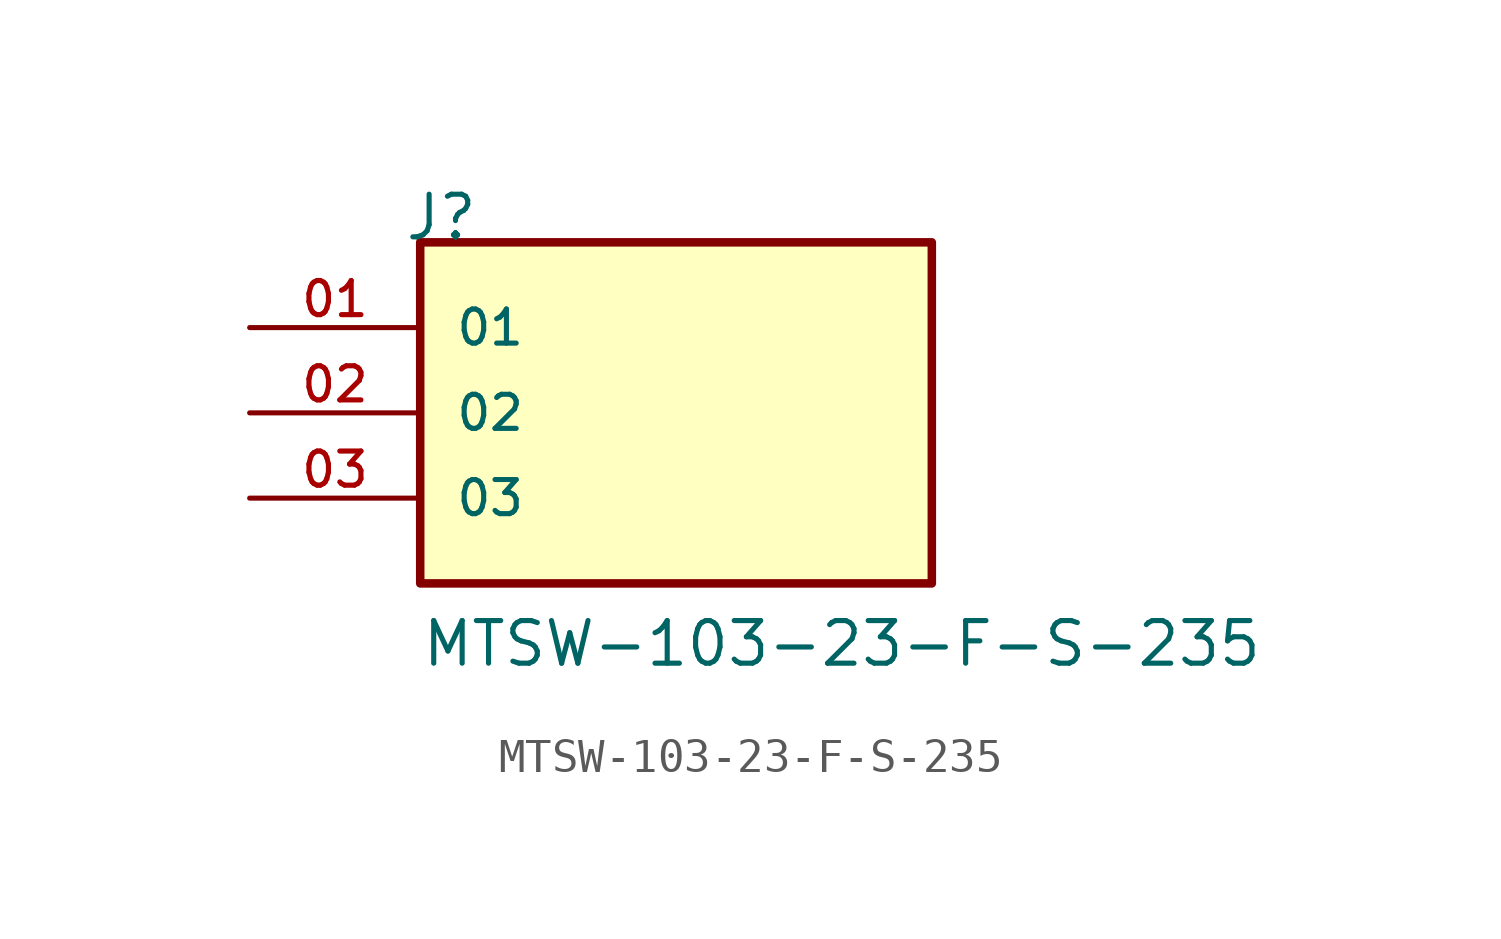
<source format=kicad_sym>
(kicad_symbol_lib
  (version 20211014)
  (generator kicad_symbol_editor)
  (symbol "MTSW-103-23-F-S-235"
    (pin_names
      (offset 1.016))
    (property "Reference" "J"
      (at -8.12 5.08 0)
      (effects (font (size 1.27 1.27)) (justify bottom left)))
    (property "Value" "MTSW-103-23-F-S-235"
      (at -7.62 -7.62 0)
      (effects (font (size 1.27 1.27)) (justify bottom left)))
    (symbol "MTSW-103-23-F-S-235_0_0"
      (rectangle (start -7.62 -5.08) (end 7.62 5.08) (stroke (width 0.254)) (fill (type background)))
      (pin passive line (at -12.7 2.54 0) (length 5.08) (name "01" (effects (font (size 1.016 1.016)))) (number "01" (effects (font (size 1.016 1.016)))))
      (pin passive line (at -12.7 0.0 0) (length 5.08) (name "02" (effects (font (size 1.016 1.016)))) (number "02" (effects (font (size 1.016 1.016)))))
      (pin passive line (at -12.7 -2.54 0) (length 5.08) (name "03" (effects (font (size 1.016 1.016)))) (number "03" (effects (font (size 1.016 1.016))))))))
</source>
